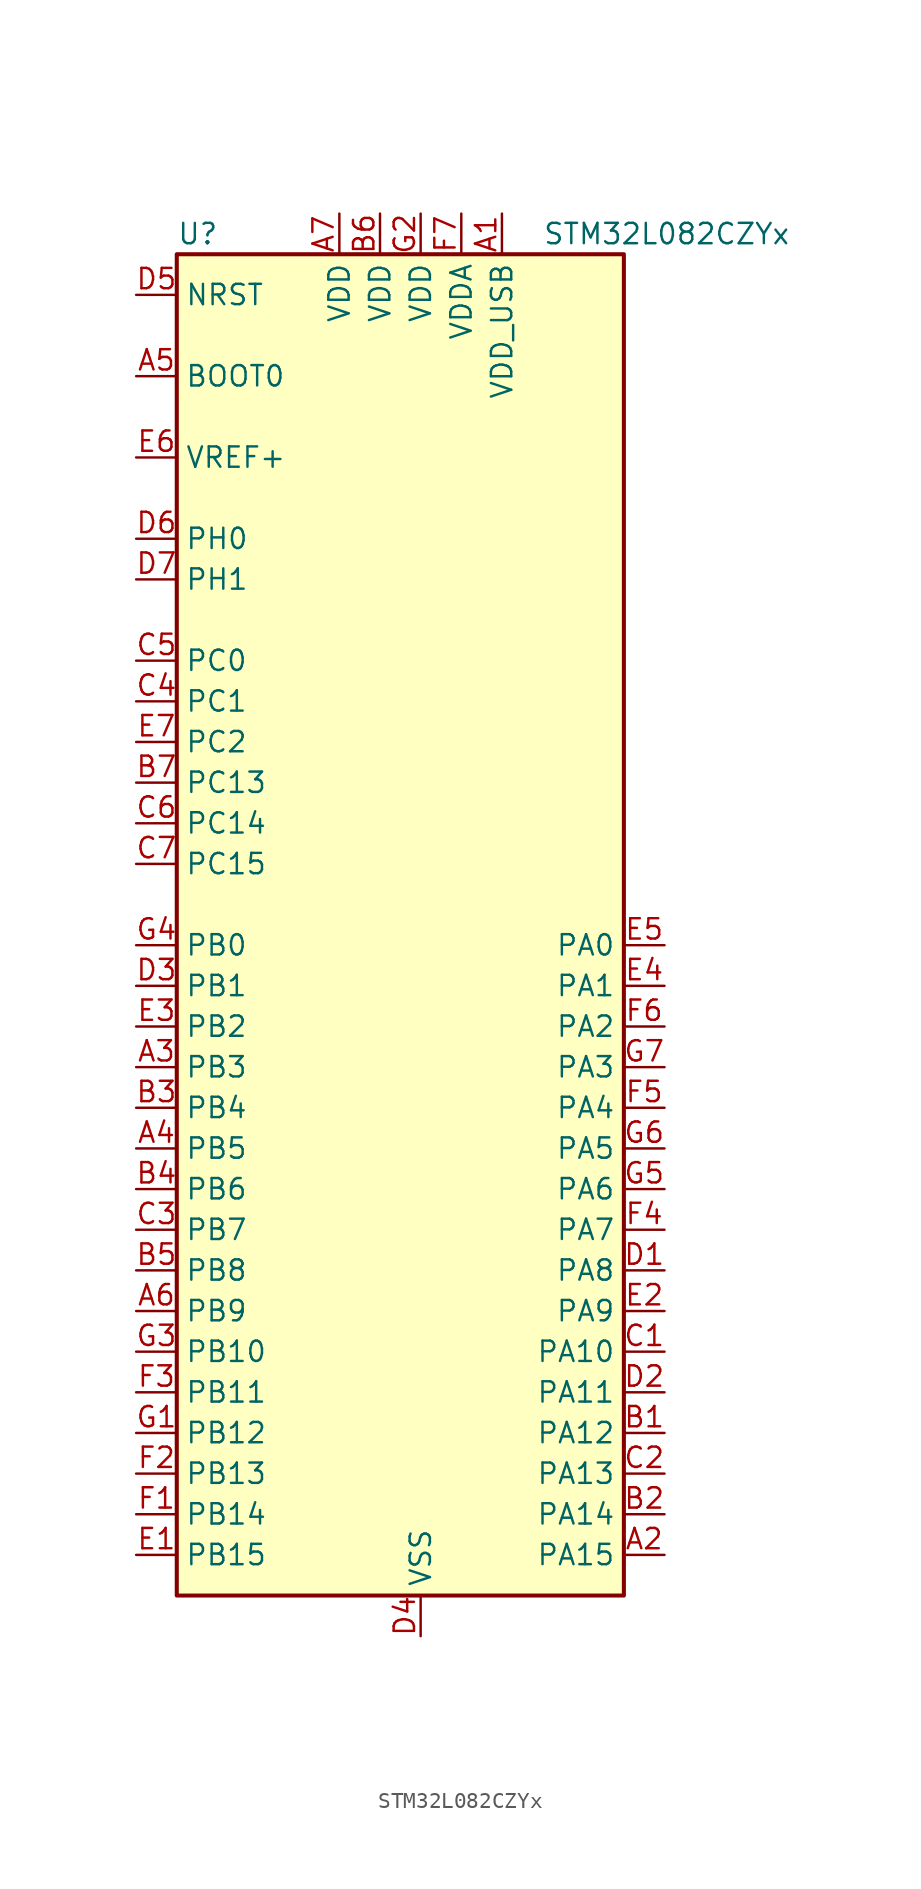
<source format=kicad_sym>
(kicad_symbol_lib
  (version 20201005)
  (generator kicad_symbol_editor)
  (symbol "STM32L082CZYx"
    (property "Reference" "U"
      (at -15.24 41.91 0)
      (effects (font (size 1.27 1.27)) (justify left)))
    (property "Value" "STM32L082CZYx"
      (at 7.62 41.91 0)
      (effects (font (size 1.27 1.27)) (justify left)))
    (symbol "STM32L082CZYx_0_1"
      (rectangle (start -15.24 -43.18) (end 12.7 40.64) (stroke (width 0.254)) (fill (type background))))
    (symbol "STM32L082CZYx_1_1"
      (pin input line (at -17.78 33.02 0) (length 2.54) (name "BOOT0" (effects (font (size 1.27 1.27)))) (number "A5" (effects (font (size 1.27 1.27)))))
      (pin input line (at -17.78 38.1 0) (length 2.54) (name "NRST" (effects (font (size 1.27 1.27)))) (number "D5" (effects (font (size 1.27 1.27)))))
      (pin bidirectional line (at 15.24 -2.54 180) (length 2.54) (name "PA0" (effects (font (size 1.27 1.27)))) (number "E5" (effects (font (size 1.27 1.27)))))
      (pin bidirectional line (at 15.24 -5.08 180) (length 2.54) (name "PA1" (effects (font (size 1.27 1.27)))) (number "E4" (effects (font (size 1.27 1.27)))))
      (pin bidirectional line (at 15.24 -27.94 180) (length 2.54) (name "PA10" (effects (font (size 1.27 1.27)))) (number "C1" (effects (font (size 1.27 1.27)))))
      (pin bidirectional line (at 15.24 -30.48 180) (length 2.54) (name "PA11" (effects (font (size 1.27 1.27)))) (number "D2" (effects (font (size 1.27 1.27)))))
      (pin bidirectional line (at 15.24 -33.02 180) (length 2.54) (name "PA12" (effects (font (size 1.27 1.27)))) (number "B1" (effects (font (size 1.27 1.27)))))
      (pin bidirectional line (at 15.24 -35.56 180) (length 2.54) (name "PA13" (effects (font (size 1.27 1.27)))) (number "C2" (effects (font (size 1.27 1.27)))))
      (pin bidirectional line (at 15.24 -38.1 180) (length 2.54) (name "PA14" (effects (font (size 1.27 1.27)))) (number "B2" (effects (font (size 1.27 1.27)))))
      (pin bidirectional line (at 15.24 -40.64 180) (length 2.54) (name "PA15" (effects (font (size 1.27 1.27)))) (number "A2" (effects (font (size 1.27 1.27)))))
      (pin bidirectional line (at 15.24 -7.62 180) (length 2.54) (name "PA2" (effects (font (size 1.27 1.27)))) (number "F6" (effects (font (size 1.27 1.27)))))
      (pin bidirectional line (at 15.24 -10.16 180) (length 2.54) (name "PA3" (effects (font (size 1.27 1.27)))) (number "G7" (effects (font (size 1.27 1.27)))))
      (pin bidirectional line (at 15.24 -12.7 180) (length 2.54) (name "PA4" (effects (font (size 1.27 1.27)))) (number "F5" (effects (font (size 1.27 1.27)))))
      (pin bidirectional line (at 15.24 -15.24 180) (length 2.54) (name "PA5" (effects (font (size 1.27 1.27)))) (number "G6" (effects (font (size 1.27 1.27)))))
      (pin bidirectional line (at 15.24 -17.78 180) (length 2.54) (name "PA6" (effects (font (size 1.27 1.27)))) (number "G5" (effects (font (size 1.27 1.27)))))
      (pin bidirectional line (at 15.24 -20.32 180) (length 2.54) (name "PA7" (effects (font (size 1.27 1.27)))) (number "F4" (effects (font (size 1.27 1.27)))))
      (pin bidirectional line (at 15.24 -22.86 180) (length 2.54) (name "PA8" (effects (font (size 1.27 1.27)))) (number "D1" (effects (font (size 1.27 1.27)))))
      (pin bidirectional line (at 15.24 -25.4 180) (length 2.54) (name "PA9" (effects (font (size 1.27 1.27)))) (number "E2" (effects (font (size 1.27 1.27)))))
      (pin bidirectional line (at -17.78 -2.54 0) (length 2.54) (name "PB0" (effects (font (size 1.27 1.27)))) (number "G4" (effects (font (size 1.27 1.27)))))
      (pin bidirectional line (at -17.78 -5.08 0) (length 2.54) (name "PB1" (effects (font (size 1.27 1.27)))) (number "D3" (effects (font (size 1.27 1.27)))))
      (pin bidirectional line (at -17.78 -27.94 0) (length 2.54) (name "PB10" (effects (font (size 1.27 1.27)))) (number "G3" (effects (font (size 1.27 1.27)))))
      (pin bidirectional line (at -17.78 -30.48 0) (length 2.54) (name "PB11" (effects (font (size 1.27 1.27)))) (number "F3" (effects (font (size 1.27 1.27)))))
      (pin bidirectional line (at -17.78 -33.02 0) (length 2.54) (name "PB12" (effects (font (size 1.27 1.27)))) (number "G1" (effects (font (size 1.27 1.27)))))
      (pin bidirectional line (at -17.78 -35.56 0) (length 2.54) (name "PB13" (effects (font (size 1.27 1.27)))) (number "F2" (effects (font (size 1.27 1.27)))))
      (pin bidirectional line (at -17.78 -38.1 0) (length 2.54) (name "PB14" (effects (font (size 1.27 1.27)))) (number "F1" (effects (font (size 1.27 1.27)))))
      (pin bidirectional line (at -17.78 -40.64 0) (length 2.54) (name "PB15" (effects (font (size 1.27 1.27)))) (number "E1" (effects (font (size 1.27 1.27)))))
      (pin bidirectional line (at -17.78 -7.62 0) (length 2.54) (name "PB2" (effects (font (size 1.27 1.27)))) (number "E3" (effects (font (size 1.27 1.27)))))
      (pin bidirectional line (at -17.78 -10.16 0) (length 2.54) (name "PB3" (effects (font (size 1.27 1.27)))) (number "A3" (effects (font (size 1.27 1.27)))))
      (pin bidirectional line (at -17.78 -12.7 0) (length 2.54) (name "PB4" (effects (font (size 1.27 1.27)))) (number "B3" (effects (font (size 1.27 1.27)))))
      (pin bidirectional line (at -17.78 -15.24 0) (length 2.54) (name "PB5" (effects (font (size 1.27 1.27)))) (number "A4" (effects (font (size 1.27 1.27)))))
      (pin bidirectional line (at -17.78 -17.78 0) (length 2.54) (name "PB6" (effects (font (size 1.27 1.27)))) (number "B4" (effects (font (size 1.27 1.27)))))
      (pin bidirectional line (at -17.78 -20.32 0) (length 2.54) (name "PB7" (effects (font (size 1.27 1.27)))) (number "C3" (effects (font (size 1.27 1.27)))))
      (pin bidirectional line (at -17.78 -22.86 0) (length 2.54) (name "PB8" (effects (font (size 1.27 1.27)))) (number "B5" (effects (font (size 1.27 1.27)))))
      (pin bidirectional line (at -17.78 -25.4 0) (length 2.54) (name "PB9" (effects (font (size 1.27 1.27)))) (number "A6" (effects (font (size 1.27 1.27)))))
      (pin bidirectional line (at -17.78 15.24 0) (length 2.54) (name "PC0" (effects (font (size 1.27 1.27)))) (number "C5" (effects (font (size 1.27 1.27)))))
      (pin bidirectional line (at -17.78 12.7 0) (length 2.54) (name "PC1" (effects (font (size 1.27 1.27)))) (number "C4" (effects (font (size 1.27 1.27)))))
      (pin bidirectional line (at -17.78 7.62 0) (length 2.54) (name "PC13" (effects (font (size 1.27 1.27)))) (number "B7" (effects (font (size 1.27 1.27)))))
      (pin bidirectional line (at -17.78 5.08 0) (length 2.54) (name "PC14" (effects (font (size 1.27 1.27)))) (number "C6" (effects (font (size 1.27 1.27)))))
      (pin bidirectional line (at -17.78 2.54 0) (length 2.54) (name "PC15" (effects (font (size 1.27 1.27)))) (number "C7" (effects (font (size 1.27 1.27)))))
      (pin bidirectional line (at -17.78 10.16 0) (length 2.54) (name "PC2" (effects (font (size 1.27 1.27)))) (number "E7" (effects (font (size 1.27 1.27)))))
      (pin input line (at -17.78 22.86 0) (length 2.54) (name "PH0" (effects (font (size 1.27 1.27)))) (number "D6" (effects (font (size 1.27 1.27)))))
      (pin input line (at -17.78 20.32 0) (length 2.54) (name "PH1" (effects (font (size 1.27 1.27)))) (number "D7" (effects (font (size 1.27 1.27)))))
      (pin power_in line (at -5.08 43.18 270) (length 2.54) (name "VDD" (effects (font (size 1.27 1.27)))) (number "A7" (effects (font (size 1.27 1.27)))))
      (pin power_in line (at -2.54 43.18 270) (length 2.54) (name "VDD" (effects (font (size 1.27 1.27)))) (number "B6" (effects (font (size 1.27 1.27)))))
      (pin power_in line (at 0 43.18 270) (length 2.54) (name "VDD" (effects (font (size 1.27 1.27)))) (number "G2" (effects (font (size 1.27 1.27)))))
      (pin power_in line (at 2.54 43.18 270) (length 2.54) (name "VDDA" (effects (font (size 1.27 1.27)))) (number "F7" (effects (font (size 1.27 1.27)))))
      (pin power_in line (at 5.08 43.18 270) (length 2.54) (name "VDD_USB" (effects (font (size 1.27 1.27)))) (number "A1" (effects (font (size 1.27 1.27)))))
      (pin power_in line (at -17.78 27.94 0) (length 2.54) (name "VREF+" (effects (font (size 1.27 1.27)))) (number "E6" (effects (font (size 1.27 1.27)))))
      (pin power_in line (at 0 -45.72 90) (length 2.54) (name "VSS" (effects (font (size 1.27 1.27)))) (number "D4" (effects (font (size 1.27 1.27))))))))
</source>
